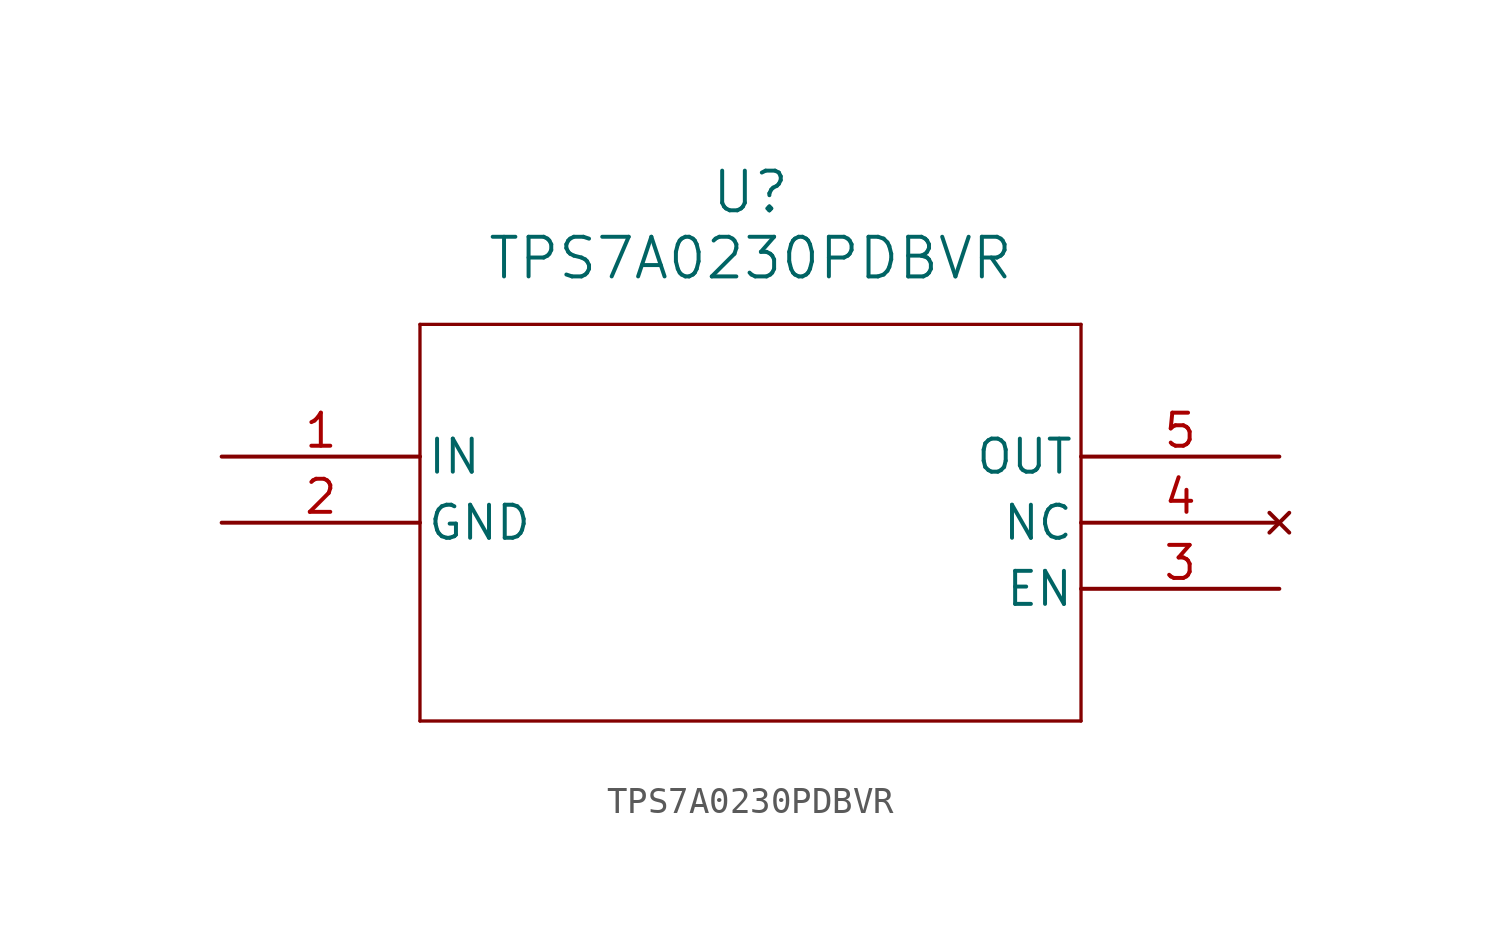
<source format=kicad_sym>
(kicad_symbol_lib
  (version 20211014)
  (generator kicad_symbol_editor)
  (symbol "TPS7A0230PDBVR"
    (pin_names
      (offset 0.254))
    (property "Reference" "U"
      (at 20.32 10.16 0)
      (effects (font (size 1.524 1.524))))
    (property "Value" "TPS7A0230PDBVR"
      (at 20.32 7.62 0)
      (effects (font (size 1.524 1.524))))
    (symbol "TPS7A0230PDBVR_0_1"
      (polyline (pts (xy 7.62 5.08) (xy 7.62 -10.16)) (stroke (width 0.127) (type default) (color 0 0 0 0)) (fill (type none)))
      (polyline (pts (xy 7.62 -10.16) (xy 33.02 -10.16)) (stroke (width 0.127) (type default) (color 0 0 0 0)) (fill (type none)))
      (polyline (pts (xy 33.02 -10.16) (xy 33.02 5.08)) (stroke (width 0.127) (type default) (color 0 0 0 0)) (fill (type none)))
      (polyline (pts (xy 33.02 5.08) (xy 7.62 5.08)) (stroke (width 0.127) (type default) (color 0 0 0 0)) (fill (type none)))
      (pin input line (at 0 0 0) (length 7.62) (name "IN" (effects (font (size 1.27 1.27)))) (number "1" (effects (font (size 1.27 1.27)))))
      (pin power_out line (at 0 -2.54 0) (length 7.62) (name "GND" (effects (font (size 1.27 1.27)))) (number "2" (effects (font (size 1.27 1.27)))))
      (pin input line (at 40.64 -5.08 180) (length 7.62) (name "EN" (effects (font (size 1.27 1.27)))) (number "3" (effects (font (size 1.27 1.27)))))
      (pin no_connect line (at 40.64 -2.54 180) (length 7.62) (name "NC" (effects (font (size 1.27 1.27)))) (number "4" (effects (font (size 1.27 1.27)))))
      (pin output line (at 40.64 0 180) (length 7.62) (name "OUT" (effects (font (size 1.27 1.27)))) (number "5" (effects (font (size 1.27 1.27))))))))
</source>
